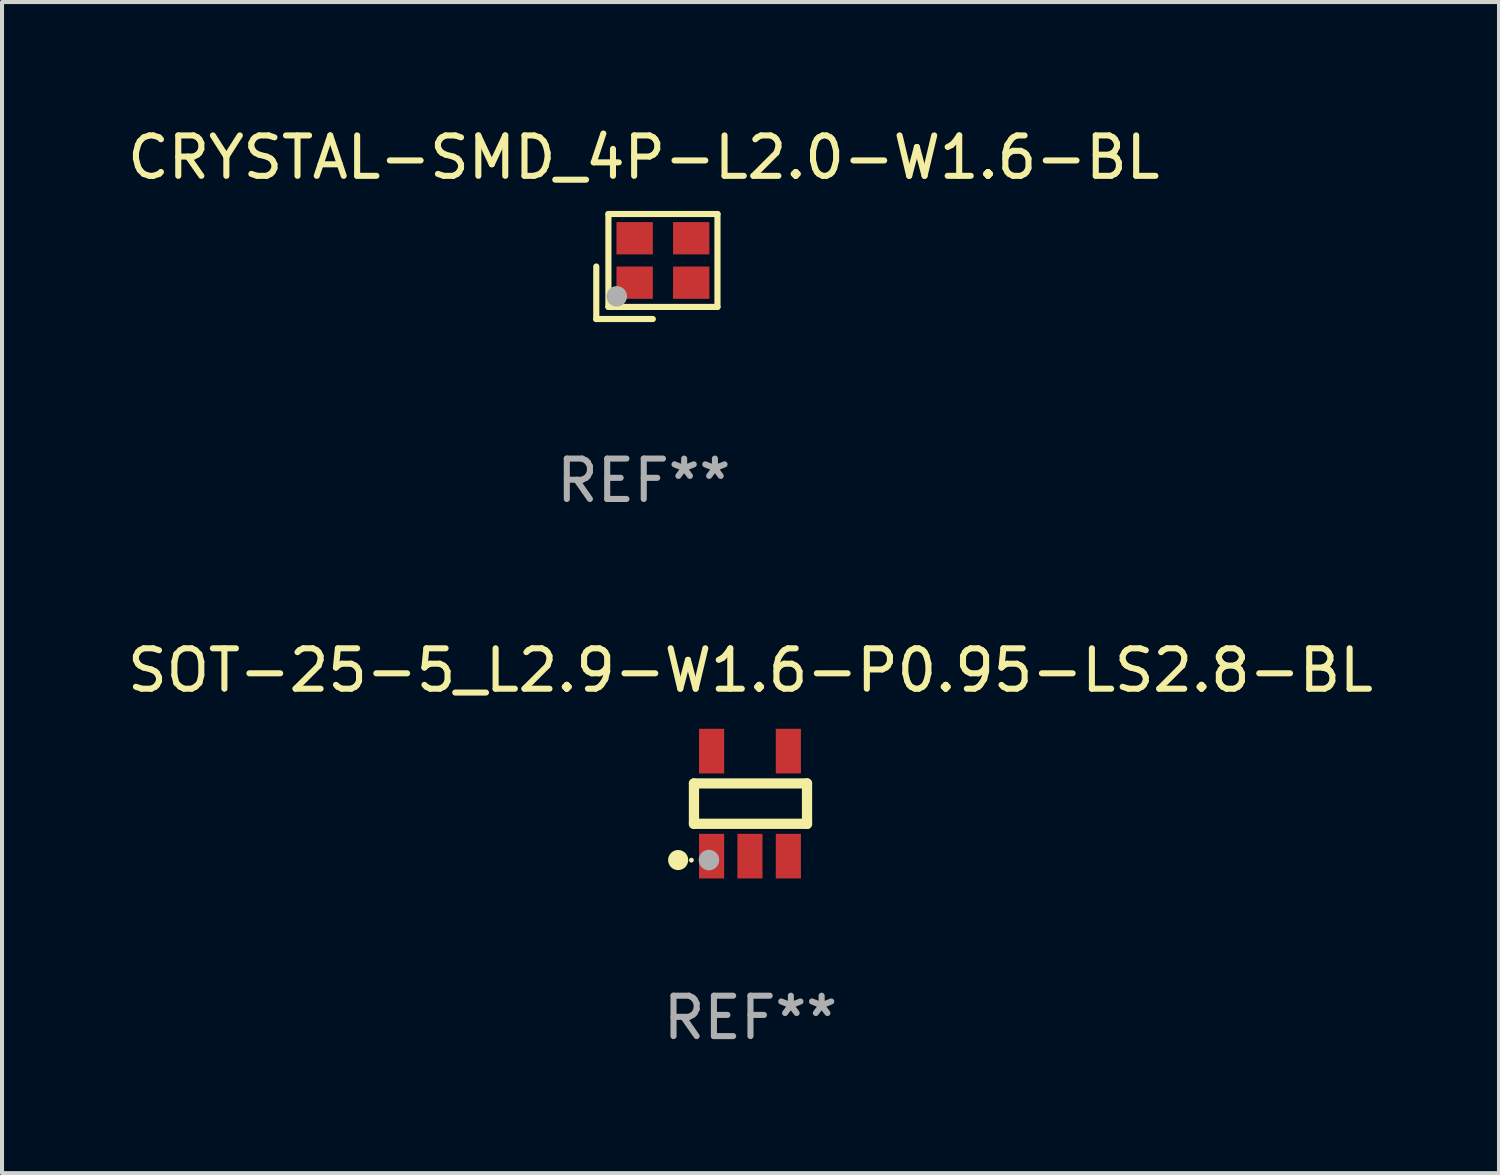
<source format=kicad_pcb>
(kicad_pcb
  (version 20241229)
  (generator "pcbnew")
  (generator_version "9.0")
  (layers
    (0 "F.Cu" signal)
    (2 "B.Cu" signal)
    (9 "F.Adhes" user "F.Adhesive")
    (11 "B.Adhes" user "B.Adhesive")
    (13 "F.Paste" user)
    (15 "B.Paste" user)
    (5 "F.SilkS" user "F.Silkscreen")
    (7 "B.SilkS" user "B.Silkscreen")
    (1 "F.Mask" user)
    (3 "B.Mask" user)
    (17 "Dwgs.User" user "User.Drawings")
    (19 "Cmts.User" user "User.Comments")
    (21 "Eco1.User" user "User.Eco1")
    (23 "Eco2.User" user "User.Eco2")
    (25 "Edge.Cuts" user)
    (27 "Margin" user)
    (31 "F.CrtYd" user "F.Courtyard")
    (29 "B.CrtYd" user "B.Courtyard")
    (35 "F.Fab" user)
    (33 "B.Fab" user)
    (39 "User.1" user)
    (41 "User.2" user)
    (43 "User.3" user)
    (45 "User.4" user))
  (footprint "SOT-25-5_L2.9-W1.6-P0.95-LS2.8-BL"
    (layer "F.Cu")
    (at 15.517 16.845)
    (property "Reference" "SOT-25-5_L2.9-W1.6-P0.95-LS2.8-BL" (at 0.012 -3.3 0) (layer "F.SilkS") (effects (font (size 1 1) (thickness 0.15))))
    (attr smd)
    (fp_line (start -1.387 -0.5) (end 1.412 -0.5) (stroke (width 0.254) (type solid)) (layer "F.SilkS"))
    (fp_line (start -1.387 0.5) (end -1.387 -0.5) (stroke (width 0.254) (type solid)) (layer "F.SilkS"))
    (fp_line (start 1.412 -0.5) (end 1.412 0.5) (stroke (width 0.254) (type solid)) (layer "F.SilkS"))
    (fp_line (start 1.412 0.5) (end -1.387 0.5) (stroke (width 0.254) (type solid)) (layer "F.SilkS"))
    (fp_arc (start -1.779578 1.521463) (mid -1.778282 1.272549) (end -1.777089 1.521464) (stroke (width 0.24892) (type solid)) (layer "F.SilkS"))
    (fp_circle (center -1.45 1.4) (end -1.42 1.4) (stroke (width 0.06) (type solid)) (fill no) (layer "F.SilkS"))
    (fp_circle (center -1.016 1.397) (end -0.889 1.397) (stroke (width 0.254) (type solid)) (fill no) (layer "F.Fab"))
    (fp_text user "REF**" (at 0.012 5.3 0) (layer "F.Fab") (effects (font (size 1 1) (thickness 0.15))))
    (pad "1" smd rect (at -0.95 1.3) (size 0.622 1.105) (layers "F.Cu" "F.Mask" "F.Paste"))
    (pad "2" smd rect (at -0.001 1.3) (size 0.622 1.105) (layers "F.Cu" "F.Mask" "F.Paste"))
    (pad "3" smd rect (at 0.95 1.3) (size 0.622 1.105) (layers "F.Cu" "F.Mask" "F.Paste"))
    (pad "4" smd rect (at 0.95 -1.3) (size 0.622 1.105) (layers "F.Cu" "F.Mask" "F.Paste"))
    (pad "5" smd rect (at -0.95 -1.3) (size 0.622 1.105) (layers "F.Cu" "F.Mask" "F.Paste")))
  (footprint "CRYSTAL-SMD_4P-L2.0-W1.6-BL"
    (layer "F.Cu")
    (at 13.362 3.398)
    (property "Reference" "CRYSTAL-SMD_4P-L2.0-W1.6-BL" (at -0.475 -2.55 0) (layer "F.SilkS") (effects (font (size 1 1) (thickness 0.15))))
    (attr smd)
    (fp_line (start -1.65 0.15) (end -1.65 1.45) (stroke (width 0.152) (type solid)) (layer "F.SilkS"))
    (fp_line (start -1.65 1.45) (end -0.25 1.45) (stroke (width 0.152) (type solid)) (layer "F.SilkS"))
    (fp_line (start -1.35 -1.15) (end -1.35 1.15) (stroke (width 0.152) (type solid)) (layer "F.SilkS"))
    (fp_line (start -1.35 1.15) (end 1.35 1.15) (stroke (width 0.152) (type solid)) (layer "F.SilkS"))
    (fp_line (start 1.35 -1.15) (end -1.35 -1.15) (stroke (width 0.152) (type solid)) (layer "F.SilkS"))
    (fp_line (start 1.35 1.15) (end 1.35 -1.15) (stroke (width 0.152) (type solid)) (layer "F.SilkS"))
    (fp_circle (center -1 0.8) (end -0.97 0.8) (stroke (width 0.06) (type solid)) (fill no) (layer "F.SilkS"))
    (fp_circle (center -1.143 0.889) (end -1.016 0.889) (stroke (width 0.254) (type solid)) (fill no) (layer "F.Fab"))
    (fp_text user "REF**" (at -0.475 5.45 0) (layer "F.Fab") (effects (font (size 1 1) (thickness 0.15))))
    (pad "1" smd rect (at -0.7 0.55) (size 0.9 0.8) (layers "F.Cu" "F.Mask" "F.Paste"))
    (pad "2" smd rect (at 0.7 0.55) (size 0.9 0.8) (layers "F.Cu" "F.Mask" "F.Paste"))
    (pad "3" smd rect (at 0.7 -0.55) (size 0.9 0.8) (layers "F.Cu" "F.Mask" "F.Paste"))
    (pad "4" smd rect (at -0.7 -0.55) (size 0.9 0.8) (layers "F.Cu" "F.Mask" "F.Paste")))
  (gr_rect
    (start -3 -3)
    (end 34.06 25.993)
    (stroke (width 0.1) (type default))
    (fill no)
    (layer "Edge.Cuts")))
</source>
